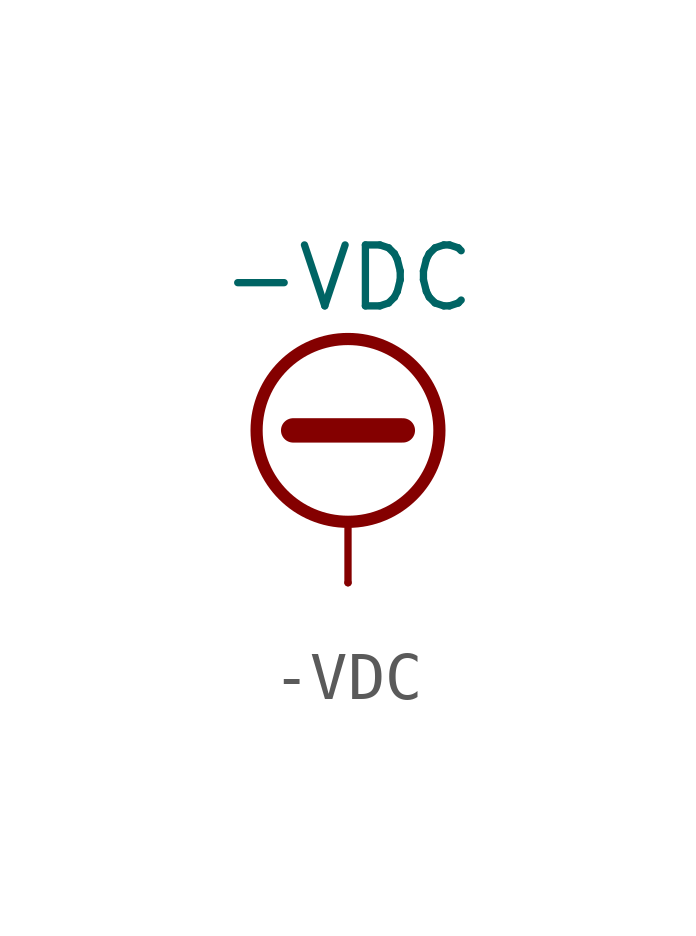
<source format=kicad_sym>
(kicad_symbol_lib
  (version 20241209)
  (generator "kicad_symbol_editor")
  (generator_version "9.0")
  (symbol "-VDC"
    (power)
    (pin_numbers
      (hide yes))
    (pin_names
      (offset 0)
      (hide yes))
    (property "Reference" "#PWR"
      (at 0 -2.54 0)
      (effects (font (size 1.27 1.27)) (hide yes)))
    (property "Value" "-VDC"
      (at 0 6.35 0)
      (effects (font (size 1.27 1.27))))
    (symbol "-VDC_0_1"
      (polyline (pts (xy -1.143 3.175) (xy 1.143 3.175)) (stroke (width 0.508) (type default)) (fill (type none)))
      (circle (center 0 3.175) (radius 1.905) (stroke (width 0.254) (type default)) (fill (type none)))
      (polyline (pts (xy 0 0) (xy 0 1.27)) (stroke (width 0) (type default)) (fill (type none))))
    (symbol "-VDC_1_1"
      (pin power_in line (at 0 0 90) (length 0) (name "~" (effects (font (size 1.27 1.27)))) (number "1" (effects (font (size 1.27 1.27))))))))
</source>
